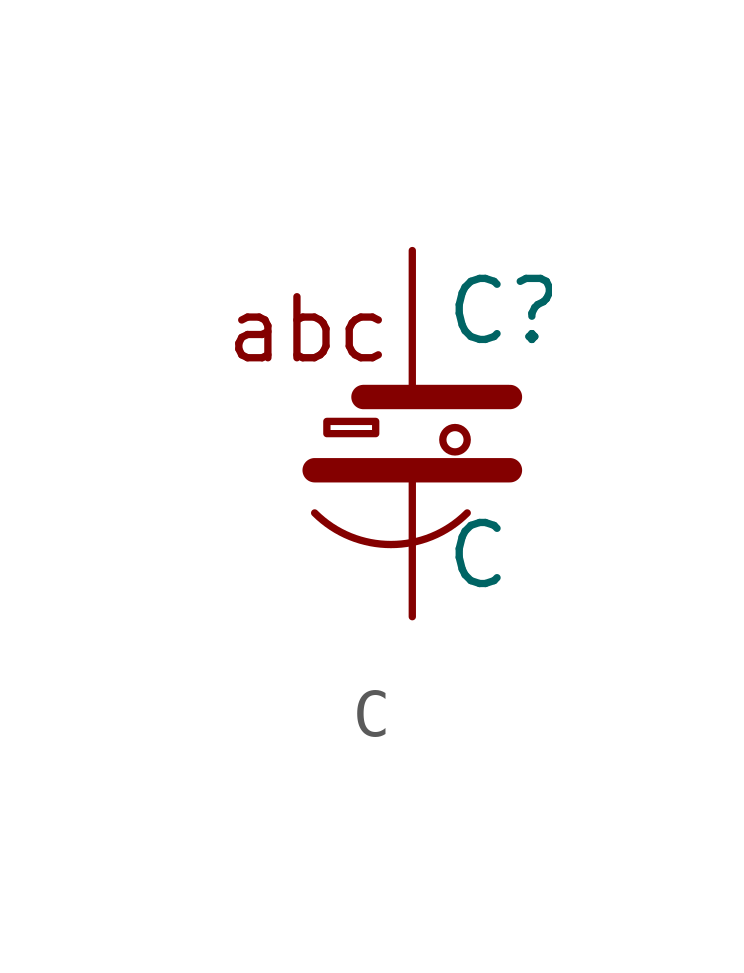
<source format=kicad_sym>
(kicad_symbol_lib
  (version 20211014)
  (generator kicad_symbol_editor)
  (symbol "C"
    (pin_numbers hide)
    (pin_names
      (offset 0.254))
    (property "Reference" "C"
      (at 0.635 2.54 0)
      (effects (font (size 1.27 1.27)) (justify left)))
    (property "Value" "C"
      (at 0.635 -2.54 0)
      (effects (font (size 1.27 1.27)) (justify left)))
    (symbol "C_0_0"
      (text "abc" (at -2.159 2.159 0) (effects (font (size 1.27 1.27)))))
    (symbol "C_0_1"
      (arc (start -2.032 -1.651) (mid -0.4445 -2.3085) (end 1.143 -1.651) (stroke (width 0) (type default) (color 0 0 0 0)) (fill (type none)))
      (rectangle (start -1.778 0) (end -0.762 0.254) (stroke (width 0) (type default) (color 0 0 0 0)) (fill (type none)))
      (polyline (pts (xy -2.032 -0.762) (xy 2.032 -0.762)) (stroke (width 0.508) (type default) (color 0 0 0 0)) (fill (type none)))
      (polyline (pts (xy -1.016 0.762) (xy 2.032 0.762)) (stroke (width 0.508) (type default) (color 0 0 0 0)) (fill (type none)))
      (circle (center 0.889 -0.127) (radius 0.254) (stroke (width 0) (type default) (color 0 0 0 0)) (fill (type none))))
    (symbol "C_1_1"
      (pin passive line (at 0 3.81 270) (length 2.794) (name "~" (effects (font (size 1.27 1.27)))) (number "1" (effects (font (size 1.27 1.27)))))
      (pin passive line (at 0 -3.81 90) (length 2.794) (name "~" (effects (font (size 1.27 1.27)))) (number "2" (effects (font (size 1.27 1.27))))))))
</source>
